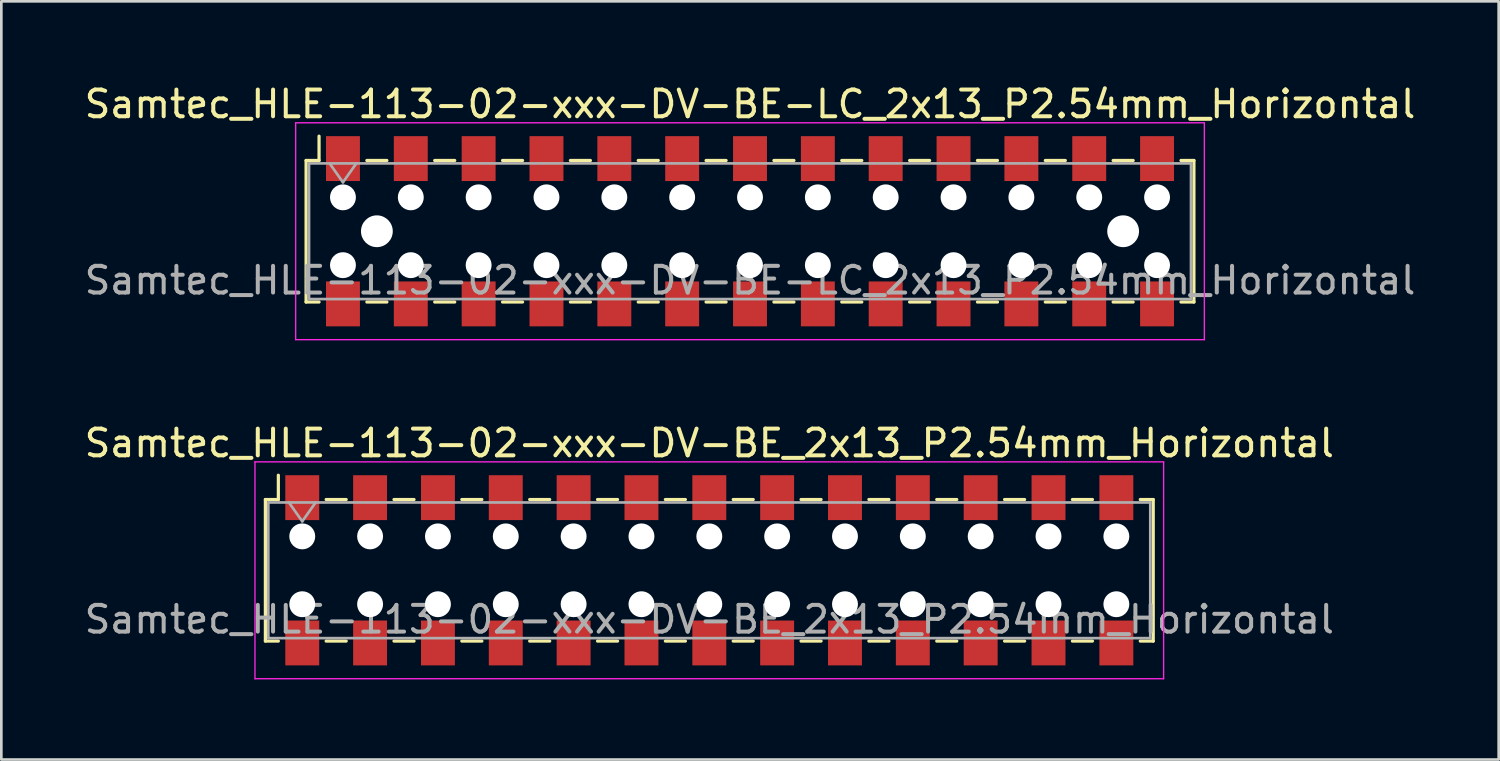
<source format=kicad_pcb>
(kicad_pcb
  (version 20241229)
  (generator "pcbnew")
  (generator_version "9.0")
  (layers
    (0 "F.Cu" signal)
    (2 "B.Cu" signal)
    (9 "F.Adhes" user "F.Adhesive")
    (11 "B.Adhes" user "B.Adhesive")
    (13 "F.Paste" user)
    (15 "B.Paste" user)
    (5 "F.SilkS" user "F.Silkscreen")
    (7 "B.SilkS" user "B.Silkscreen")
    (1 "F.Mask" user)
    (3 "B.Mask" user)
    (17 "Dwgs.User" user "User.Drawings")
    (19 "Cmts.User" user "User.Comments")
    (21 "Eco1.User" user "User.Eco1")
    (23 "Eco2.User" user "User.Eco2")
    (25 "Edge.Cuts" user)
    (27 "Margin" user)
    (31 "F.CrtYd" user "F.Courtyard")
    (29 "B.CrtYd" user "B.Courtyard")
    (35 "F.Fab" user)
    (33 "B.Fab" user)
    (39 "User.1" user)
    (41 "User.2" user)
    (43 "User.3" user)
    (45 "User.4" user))
  (footprint "Samtec_HLE-113-02-xxx-DV-BE-LC_2x13_P2.54mm_Horizontal"
    (layer "F.Cu")
    (at 25.03 5.608)
    (property "Reference" "Samtec_HLE-113-02-xxx-DV-BE-LC_2x13_P2.54mm_Horizontal" (at 0 -4.76 0) (layer "F.SilkS") (effects (font (size 1 1) (thickness 0.15))))
    (attr smd)
    (fp_line (start -16.62 -2.65) (end -16.62 2.65) (stroke (width 0.12) (type solid)) (layer "F.SilkS"))
    (fp_line (start -16.62 2.65) (end -16.135 2.65) (stroke (width 0.12) (type solid)) (layer "F.SilkS"))
    (fp_line (start -16.135 -3.56) (end -16.135 -2.65) (stroke (width 0.12) (type solid)) (layer "F.SilkS"))
    (fp_line (start -16.135 -2.65) (end -16.62 -2.65) (stroke (width 0.12) (type solid)) (layer "F.SilkS"))
    (fp_line (start -14.345 -2.65) (end -13.595 -2.65) (stroke (width 0.12) (type solid)) (layer "F.SilkS"))
    (fp_line (start -14.345 2.65) (end -13.595 2.65) (stroke (width 0.12) (type solid)) (layer "F.SilkS"))
    (fp_line (start -11.805 -2.65) (end -11.055 -2.65) (stroke (width 0.12) (type solid)) (layer "F.SilkS"))
    (fp_line (start -11.805 2.65) (end -11.055 2.65) (stroke (width 0.12) (type solid)) (layer "F.SilkS"))
    (fp_line (start -9.265 -2.65) (end -8.515 -2.65) (stroke (width 0.12) (type solid)) (layer "F.SilkS"))
    (fp_line (start -9.265 2.65) (end -8.515 2.65) (stroke (width 0.12) (type solid)) (layer "F.SilkS"))
    (fp_line (start -6.725 -2.65) (end -5.975 -2.65) (stroke (width 0.12) (type solid)) (layer "F.SilkS"))
    (fp_line (start -6.725 2.65) (end -5.975 2.65) (stroke (width 0.12) (type solid)) (layer "F.SilkS"))
    (fp_line (start -4.185 -2.65) (end -3.435 -2.65) (stroke (width 0.12) (type solid)) (layer "F.SilkS"))
    (fp_line (start -4.185 2.65) (end -3.435 2.65) (stroke (width 0.12) (type solid)) (layer "F.SilkS"))
    (fp_line (start -1.645 -2.65) (end -0.895 -2.65) (stroke (width 0.12) (type solid)) (layer "F.SilkS"))
    (fp_line (start -1.645 2.65) (end -0.895 2.65) (stroke (width 0.12) (type solid)) (layer "F.SilkS"))
    (fp_line (start 0.895 -2.65) (end 1.645 -2.65) (stroke (width 0.12) (type solid)) (layer "F.SilkS"))
    (fp_line (start 0.895 2.65) (end 1.645 2.65) (stroke (width 0.12) (type solid)) (layer "F.SilkS"))
    (fp_line (start 3.435 -2.65) (end 4.185 -2.65) (stroke (width 0.12) (type solid)) (layer "F.SilkS"))
    (fp_line (start 3.435 2.65) (end 4.185 2.65) (stroke (width 0.12) (type solid)) (layer "F.SilkS"))
    (fp_line (start 5.975 -2.65) (end 6.725 -2.65) (stroke (width 0.12) (type solid)) (layer "F.SilkS"))
    (fp_line (start 5.975 2.65) (end 6.725 2.65) (stroke (width 0.12) (type solid)) (layer "F.SilkS"))
    (fp_line (start 8.515 -2.65) (end 9.265 -2.65) (stroke (width 0.12) (type solid)) (layer "F.SilkS"))
    (fp_line (start 8.515 2.65) (end 9.265 2.65) (stroke (width 0.12) (type solid)) (layer "F.SilkS"))
    (fp_line (start 11.055 -2.65) (end 11.805 -2.65) (stroke (width 0.12) (type solid)) (layer "F.SilkS"))
    (fp_line (start 11.055 2.65) (end 11.805 2.65) (stroke (width 0.12) (type solid)) (layer "F.SilkS"))
    (fp_line (start 13.595 -2.65) (end 14.345 -2.65) (stroke (width 0.12) (type solid)) (layer "F.SilkS"))
    (fp_line (start 13.595 2.65) (end 14.345 2.65) (stroke (width 0.12) (type solid)) (layer "F.SilkS"))
    (fp_line (start 16.135 -2.65) (end 16.62 -2.65) (stroke (width 0.12) (type solid)) (layer "F.SilkS"))
    (fp_line (start 16.62 -2.65) (end 16.62 2.65) (stroke (width 0.12) (type solid)) (layer "F.SilkS"))
    (fp_line (start 16.62 2.65) (end 16.135 2.65) (stroke (width 0.12) (type solid)) (layer "F.SilkS"))
    (fp_line (start -17.01 -4.06) (end 17.01 -4.06) (stroke (width 0.05) (type solid)) (layer "F.CrtYd"))
    (fp_line (start -17.01 4.06) (end -17.01 -4.06) (stroke (width 0.05) (type solid)) (layer "F.CrtYd"))
    (fp_line (start 17.01 -4.06) (end 17.01 4.06) (stroke (width 0.05) (type solid)) (layer "F.CrtYd"))
    (fp_line (start 17.01 4.06) (end -17.01 4.06) (stroke (width 0.05) (type solid)) (layer "F.CrtYd"))
    (fp_line (start -16.51 -2.54) (end 16.51 -2.54) (stroke (width 0.1) (type solid)) (layer "F.Fab"))
    (fp_line (start -16.51 2.54) (end -16.51 -2.54) (stroke (width 0.1) (type solid)) (layer "F.Fab"))
    (fp_line (start -15.74 -2.54) (end -15.24 -1.833) (stroke (width 0.1) (type solid)) (layer "F.Fab"))
    (fp_line (start -15.24 -1.833) (end -14.74 -2.54) (stroke (width 0.1) (type solid)) (layer "F.Fab"))
    (fp_line (start 16.51 -2.54) (end 16.51 2.54) (stroke (width 0.1) (type solid)) (layer "F.Fab"))
    (fp_line (start 16.51 2.54) (end -16.51 2.54) (stroke (width 0.1) (type solid)) (layer "F.Fab"))
    (fp_text user "${REFERENCE}" (at 0 1.84 0) (layer "F.Fab") (effects (font (size 1 1) (thickness 0.15))))
    (pad "" np_thru_hole circle (at -15.24 -1.27) (size 0.97 0.97) (drill 0.97) (layers "*.Cu" "*.Mask"))
    (pad "" np_thru_hole circle (at -15.24 1.27) (size 0.97 0.97) (drill 0.97) (layers "*.Cu" "*.Mask"))
    (pad "" np_thru_hole circle (at -13.97 0) (size 1.19 1.19) (drill 1.19) (layers "*.Cu" "*.Mask"))
    (pad "" np_thru_hole circle (at -12.7 -1.27) (size 0.97 0.97) (drill 0.97) (layers "*.Cu" "*.Mask"))
    (pad "" np_thru_hole circle (at -12.7 1.27) (size 0.97 0.97) (drill 0.97) (layers "*.Cu" "*.Mask"))
    (pad "" np_thru_hole circle (at -10.16 -1.27) (size 0.97 0.97) (drill 0.97) (layers "*.Cu" "*.Mask"))
    (pad "" np_thru_hole circle (at -10.16 1.27) (size 0.97 0.97) (drill 0.97) (layers "*.Cu" "*.Mask"))
    (pad "" np_thru_hole circle (at -7.62 -1.27) (size 0.97 0.97) (drill 0.97) (layers "*.Cu" "*.Mask"))
    (pad "" np_thru_hole circle (at -7.62 1.27) (size 0.97 0.97) (drill 0.97) (layers "*.Cu" "*.Mask"))
    (pad "" np_thru_hole circle (at -5.08 -1.27) (size 0.97 0.97) (drill 0.97) (layers "*.Cu" "*.Mask"))
    (pad "" np_thru_hole circle (at -5.08 1.27) (size 0.97 0.97) (drill 0.97) (layers "*.Cu" "*.Mask"))
    (pad "" np_thru_hole circle (at -2.54 -1.27) (size 0.97 0.97) (drill 0.97) (layers "*.Cu" "*.Mask"))
    (pad "" np_thru_hole circle (at -2.54 1.27) (size 0.97 0.97) (drill 0.97) (layers "*.Cu" "*.Mask"))
    (pad "" np_thru_hole circle (at 0 -1.27) (size 0.97 0.97) (drill 0.97) (layers "*.Cu" "*.Mask"))
    (pad "" np_thru_hole circle (at 0 1.27) (size 0.97 0.97) (drill 0.97) (layers "*.Cu" "*.Mask"))
    (pad "" np_thru_hole circle (at 2.54 -1.27) (size 0.97 0.97) (drill 0.97) (layers "*.Cu" "*.Mask"))
    (pad "" np_thru_hole circle (at 2.54 1.27) (size 0.97 0.97) (drill 0.97) (layers "*.Cu" "*.Mask"))
    (pad "" np_thru_hole circle (at 5.08 -1.27) (size 0.97 0.97) (drill 0.97) (layers "*.Cu" "*.Mask"))
    (pad "" np_thru_hole circle (at 5.08 1.27) (size 0.97 0.97) (drill 0.97) (layers "*.Cu" "*.Mask"))
    (pad "" np_thru_hole circle (at 7.62 -1.27) (size 0.97 0.97) (drill 0.97) (layers "*.Cu" "*.Mask"))
    (pad "" np_thru_hole circle (at 7.62 1.27) (size 0.97 0.97) (drill 0.97) (layers "*.Cu" "*.Mask"))
    (pad "" np_thru_hole circle (at 10.16 -1.27) (size 0.97 0.97) (drill 0.97) (layers "*.Cu" "*.Mask"))
    (pad "" np_thru_hole circle (at 10.16 1.27) (size 0.97 0.97) (drill 0.97) (layers "*.Cu" "*.Mask"))
    (pad "" np_thru_hole circle (at 12.7 -1.27) (size 0.97 0.97) (drill 0.97) (layers "*.Cu" "*.Mask"))
    (pad "" np_thru_hole circle (at 12.7 1.27) (size 0.97 0.97) (drill 0.97) (layers "*.Cu" "*.Mask"))
    (pad "" np_thru_hole circle (at 13.97 0) (size 1.19 1.19) (drill 1.19) (layers "*.Cu" "*.Mask"))
    (pad "" np_thru_hole circle (at 15.24 -1.27) (size 0.97 0.97) (drill 0.97) (layers "*.Cu" "*.Mask"))
    (pad "" np_thru_hole circle (at 15.24 1.27) (size 0.97 0.97) (drill 0.97) (layers "*.Cu" "*.Mask"))
    (pad "1" smd rect (at -15.24 -2.72) (size 1.27 1.68) (layers "F.Cu" "F.Mask" "F.Paste"))
    (pad "2" smd rect (at -15.24 2.72) (size 1.27 1.68) (layers "F.Cu" "F.Mask" "F.Paste"))
    (pad "3" smd rect (at -12.7 -2.72) (size 1.27 1.68) (layers "F.Cu" "F.Mask" "F.Paste"))
    (pad "4" smd rect (at -12.7 2.72) (size 1.27 1.68) (layers "F.Cu" "F.Mask" "F.Paste"))
    (pad "5" smd rect (at -10.16 -2.72) (size 1.27 1.68) (layers "F.Cu" "F.Mask" "F.Paste"))
    (pad "6" smd rect (at -10.16 2.72) (size 1.27 1.68) (layers "F.Cu" "F.Mask" "F.Paste"))
    (pad "7" smd rect (at -7.62 -2.72) (size 1.27 1.68) (layers "F.Cu" "F.Mask" "F.Paste"))
    (pad "8" smd rect (at -7.62 2.72) (size 1.27 1.68) (layers "F.Cu" "F.Mask" "F.Paste"))
    (pad "9" smd rect (at -5.08 -2.72) (size 1.27 1.68) (layers "F.Cu" "F.Mask" "F.Paste"))
    (pad "10" smd rect (at -5.08 2.72) (size 1.27 1.68) (layers "F.Cu" "F.Mask" "F.Paste"))
    (pad "11" smd rect (at -2.54 -2.72) (size 1.27 1.68) (layers "F.Cu" "F.Mask" "F.Paste"))
    (pad "12" smd rect (at -2.54 2.72) (size 1.27 1.68) (layers "F.Cu" "F.Mask" "F.Paste"))
    (pad "13" smd rect (at 0 -2.72) (size 1.27 1.68) (layers "F.Cu" "F.Mask" "F.Paste"))
    (pad "14" smd rect (at 0 2.72) (size 1.27 1.68) (layers "F.Cu" "F.Mask" "F.Paste"))
    (pad "15" smd rect (at 2.54 -2.72) (size 1.27 1.68) (layers "F.Cu" "F.Mask" "F.Paste"))
    (pad "16" smd rect (at 2.54 2.72) (size 1.27 1.68) (layers "F.Cu" "F.Mask" "F.Paste"))
    (pad "17" smd rect (at 5.08 -2.72) (size 1.27 1.68) (layers "F.Cu" "F.Mask" "F.Paste"))
    (pad "18" smd rect (at 5.08 2.72) (size 1.27 1.68) (layers "F.Cu" "F.Mask" "F.Paste"))
    (pad "19" smd rect (at 7.62 -2.72) (size 1.27 1.68) (layers "F.Cu" "F.Mask" "F.Paste"))
    (pad "20" smd rect (at 7.62 2.72) (size 1.27 1.68) (layers "F.Cu" "F.Mask" "F.Paste"))
    (pad "21" smd rect (at 10.16 -2.72) (size 1.27 1.68) (layers "F.Cu" "F.Mask" "F.Paste"))
    (pad "22" smd rect (at 10.16 2.72) (size 1.27 1.68) (layers "F.Cu" "F.Mask" "F.Paste"))
    (pad "23" smd rect (at 12.7 -2.72) (size 1.27 1.68) (layers "F.Cu" "F.Mask" "F.Paste"))
    (pad "24" smd rect (at 12.7 2.72) (size 1.27 1.68) (layers "F.Cu" "F.Mask" "F.Paste"))
    (pad "25" smd rect (at 15.24 -2.72) (size 1.27 1.68) (layers "F.Cu" "F.Mask" "F.Paste"))
    (pad "26" smd rect (at 15.24 2.72) (size 1.27 1.68) (layers "F.Cu" "F.Mask" "F.Paste")))
  (footprint "Samtec_HLE-113-02-xxx-DV-BE_2x13_P2.54mm_Horizontal"
    (layer "F.Cu")
    (at 23.506 18.302)
    (property "Reference" "Samtec_HLE-113-02-xxx-DV-BE_2x13_P2.54mm_Horizontal" (at 0 -4.76 0) (layer "F.SilkS") (effects (font (size 1 1) (thickness 0.15))))
    (attr smd)
    (fp_line (start -16.62 -2.65) (end -16.62 2.65) (stroke (width 0.12) (type solid)) (layer "F.SilkS"))
    (fp_line (start -16.62 2.65) (end -16.135 2.65) (stroke (width 0.12) (type solid)) (layer "F.SilkS"))
    (fp_line (start -16.135 -3.56) (end -16.135 -2.65) (stroke (width 0.12) (type solid)) (layer "F.SilkS"))
    (fp_line (start -16.135 -2.65) (end -16.62 -2.65) (stroke (width 0.12) (type solid)) (layer "F.SilkS"))
    (fp_line (start -14.345 -2.65) (end -13.595 -2.65) (stroke (width 0.12) (type solid)) (layer "F.SilkS"))
    (fp_line (start -14.345 2.65) (end -13.595 2.65) (stroke (width 0.12) (type solid)) (layer "F.SilkS"))
    (fp_line (start -11.805 -2.65) (end -11.055 -2.65) (stroke (width 0.12) (type solid)) (layer "F.SilkS"))
    (fp_line (start -11.805 2.65) (end -11.055 2.65) (stroke (width 0.12) (type solid)) (layer "F.SilkS"))
    (fp_line (start -9.265 -2.65) (end -8.515 -2.65) (stroke (width 0.12) (type solid)) (layer "F.SilkS"))
    (fp_line (start -9.265 2.65) (end -8.515 2.65) (stroke (width 0.12) (type solid)) (layer "F.SilkS"))
    (fp_line (start -6.725 -2.65) (end -5.975 -2.65) (stroke (width 0.12) (type solid)) (layer "F.SilkS"))
    (fp_line (start -6.725 2.65) (end -5.975 2.65) (stroke (width 0.12) (type solid)) (layer "F.SilkS"))
    (fp_line (start -4.185 -2.65) (end -3.435 -2.65) (stroke (width 0.12) (type solid)) (layer "F.SilkS"))
    (fp_line (start -4.185 2.65) (end -3.435 2.65) (stroke (width 0.12) (type solid)) (layer "F.SilkS"))
    (fp_line (start -1.645 -2.65) (end -0.895 -2.65) (stroke (width 0.12) (type solid)) (layer "F.SilkS"))
    (fp_line (start -1.645 2.65) (end -0.895 2.65) (stroke (width 0.12) (type solid)) (layer "F.SilkS"))
    (fp_line (start 0.895 -2.65) (end 1.645 -2.65) (stroke (width 0.12) (type solid)) (layer "F.SilkS"))
    (fp_line (start 0.895 2.65) (end 1.645 2.65) (stroke (width 0.12) (type solid)) (layer "F.SilkS"))
    (fp_line (start 3.435 -2.65) (end 4.185 -2.65) (stroke (width 0.12) (type solid)) (layer "F.SilkS"))
    (fp_line (start 3.435 2.65) (end 4.185 2.65) (stroke (width 0.12) (type solid)) (layer "F.SilkS"))
    (fp_line (start 5.975 -2.65) (end 6.725 -2.65) (stroke (width 0.12) (type solid)) (layer "F.SilkS"))
    (fp_line (start 5.975 2.65) (end 6.725 2.65) (stroke (width 0.12) (type solid)) (layer "F.SilkS"))
    (fp_line (start 8.515 -2.65) (end 9.265 -2.65) (stroke (width 0.12) (type solid)) (layer "F.SilkS"))
    (fp_line (start 8.515 2.65) (end 9.265 2.65) (stroke (width 0.12) (type solid)) (layer "F.SilkS"))
    (fp_line (start 11.055 -2.65) (end 11.805 -2.65) (stroke (width 0.12) (type solid)) (layer "F.SilkS"))
    (fp_line (start 11.055 2.65) (end 11.805 2.65) (stroke (width 0.12) (type solid)) (layer "F.SilkS"))
    (fp_line (start 13.595 -2.65) (end 14.345 -2.65) (stroke (width 0.12) (type solid)) (layer "F.SilkS"))
    (fp_line (start 13.595 2.65) (end 14.345 2.65) (stroke (width 0.12) (type solid)) (layer "F.SilkS"))
    (fp_line (start 16.135 -2.65) (end 16.62 -2.65) (stroke (width 0.12) (type solid)) (layer "F.SilkS"))
    (fp_line (start 16.62 -2.65) (end 16.62 2.65) (stroke (width 0.12) (type solid)) (layer "F.SilkS"))
    (fp_line (start 16.62 2.65) (end 16.135 2.65) (stroke (width 0.12) (type solid)) (layer "F.SilkS"))
    (fp_line (start -17.01 -4.06) (end 17.01 -4.06) (stroke (width 0.05) (type solid)) (layer "F.CrtYd"))
    (fp_line (start -17.01 4.06) (end -17.01 -4.06) (stroke (width 0.05) (type solid)) (layer "F.CrtYd"))
    (fp_line (start 17.01 -4.06) (end 17.01 4.06) (stroke (width 0.05) (type solid)) (layer "F.CrtYd"))
    (fp_line (start 17.01 4.06) (end -17.01 4.06) (stroke (width 0.05) (type solid)) (layer "F.CrtYd"))
    (fp_line (start -16.51 -2.54) (end 16.51 -2.54) (stroke (width 0.1) (type solid)) (layer "F.Fab"))
    (fp_line (start -16.51 2.54) (end -16.51 -2.54) (stroke (width 0.1) (type solid)) (layer "F.Fab"))
    (fp_line (start -15.74 -2.54) (end -15.24 -1.833) (stroke (width 0.1) (type solid)) (layer "F.Fab"))
    (fp_line (start -15.24 -1.833) (end -14.74 -2.54) (stroke (width 0.1) (type solid)) (layer "F.Fab"))
    (fp_line (start 16.51 -2.54) (end 16.51 2.54) (stroke (width 0.1) (type solid)) (layer "F.Fab"))
    (fp_line (start 16.51 2.54) (end -16.51 2.54) (stroke (width 0.1) (type solid)) (layer "F.Fab"))
    (fp_text user "${REFERENCE}" (at 0 1.84 0) (layer "F.Fab") (effects (font (size 1 1) (thickness 0.15))))
    (pad "" np_thru_hole circle (at -15.24 -1.27) (size 0.97 0.97) (drill 0.97) (layers "*.Cu" "*.Mask"))
    (pad "" np_thru_hole circle (at -15.24 1.27) (size 0.97 0.97) (drill 0.97) (layers "*.Cu" "*.Mask"))
    (pad "" np_thru_hole circle (at -12.7 -1.27) (size 0.97 0.97) (drill 0.97) (layers "*.Cu" "*.Mask"))
    (pad "" np_thru_hole circle (at -12.7 1.27) (size 0.97 0.97) (drill 0.97) (layers "*.Cu" "*.Mask"))
    (pad "" np_thru_hole circle (at -10.16 -1.27) (size 0.97 0.97) (drill 0.97) (layers "*.Cu" "*.Mask"))
    (pad "" np_thru_hole circle (at -10.16 1.27) (size 0.97 0.97) (drill 0.97) (layers "*.Cu" "*.Mask"))
    (pad "" np_thru_hole circle (at -7.62 -1.27) (size 0.97 0.97) (drill 0.97) (layers "*.Cu" "*.Mask"))
    (pad "" np_thru_hole circle (at -7.62 1.27) (size 0.97 0.97) (drill 0.97) (layers "*.Cu" "*.Mask"))
    (pad "" np_thru_hole circle (at -5.08 -1.27) (size 0.97 0.97) (drill 0.97) (layers "*.Cu" "*.Mask"))
    (pad "" np_thru_hole circle (at -5.08 1.27) (size 0.97 0.97) (drill 0.97) (layers "*.Cu" "*.Mask"))
    (pad "" np_thru_hole circle (at -2.54 -1.27) (size 0.97 0.97) (drill 0.97) (layers "*.Cu" "*.Mask"))
    (pad "" np_thru_hole circle (at -2.54 1.27) (size 0.97 0.97) (drill 0.97) (layers "*.Cu" "*.Mask"))
    (pad "" np_thru_hole circle (at 0 -1.27) (size 0.97 0.97) (drill 0.97) (layers "*.Cu" "*.Mask"))
    (pad "" np_thru_hole circle (at 0 1.27) (size 0.97 0.97) (drill 0.97) (layers "*.Cu" "*.Mask"))
    (pad "" np_thru_hole circle (at 2.54 -1.27) (size 0.97 0.97) (drill 0.97) (layers "*.Cu" "*.Mask"))
    (pad "" np_thru_hole circle (at 2.54 1.27) (size 0.97 0.97) (drill 0.97) (layers "*.Cu" "*.Mask"))
    (pad "" np_thru_hole circle (at 5.08 -1.27) (size 0.97 0.97) (drill 0.97) (layers "*.Cu" "*.Mask"))
    (pad "" np_thru_hole circle (at 5.08 1.27) (size 0.97 0.97) (drill 0.97) (layers "*.Cu" "*.Mask"))
    (pad "" np_thru_hole circle (at 7.62 -1.27) (size 0.97 0.97) (drill 0.97) (layers "*.Cu" "*.Mask"))
    (pad "" np_thru_hole circle (at 7.62 1.27) (size 0.97 0.97) (drill 0.97) (layers "*.Cu" "*.Mask"))
    (pad "" np_thru_hole circle (at 10.16 -1.27) (size 0.97 0.97) (drill 0.97) (layers "*.Cu" "*.Mask"))
    (pad "" np_thru_hole circle (at 10.16 1.27) (size 0.97 0.97) (drill 0.97) (layers "*.Cu" "*.Mask"))
    (pad "" np_thru_hole circle (at 12.7 -1.27) (size 0.97 0.97) (drill 0.97) (layers "*.Cu" "*.Mask"))
    (pad "" np_thru_hole circle (at 12.7 1.27) (size 0.97 0.97) (drill 0.97) (layers "*.Cu" "*.Mask"))
    (pad "" np_thru_hole circle (at 15.24 -1.27) (size 0.97 0.97) (drill 0.97) (layers "*.Cu" "*.Mask"))
    (pad "" np_thru_hole circle (at 15.24 1.27) (size 0.97 0.97) (drill 0.97) (layers "*.Cu" "*.Mask"))
    (pad "1" smd rect (at -15.24 -2.72) (size 1.27 1.68) (layers "F.Cu" "F.Mask" "F.Paste"))
    (pad "2" smd rect (at -15.24 2.72) (size 1.27 1.68) (layers "F.Cu" "F.Mask" "F.Paste"))
    (pad "3" smd rect (at -12.7 -2.72) (size 1.27 1.68) (layers "F.Cu" "F.Mask" "F.Paste"))
    (pad "4" smd rect (at -12.7 2.72) (size 1.27 1.68) (layers "F.Cu" "F.Mask" "F.Paste"))
    (pad "5" smd rect (at -10.16 -2.72) (size 1.27 1.68) (layers "F.Cu" "F.Mask" "F.Paste"))
    (pad "6" smd rect (at -10.16 2.72) (size 1.27 1.68) (layers "F.Cu" "F.Mask" "F.Paste"))
    (pad "7" smd rect (at -7.62 -2.72) (size 1.27 1.68) (layers "F.Cu" "F.Mask" "F.Paste"))
    (pad "8" smd rect (at -7.62 2.72) (size 1.27 1.68) (layers "F.Cu" "F.Mask" "F.Paste"))
    (pad "9" smd rect (at -5.08 -2.72) (size 1.27 1.68) (layers "F.Cu" "F.Mask" "F.Paste"))
    (pad "10" smd rect (at -5.08 2.72) (size 1.27 1.68) (layers "F.Cu" "F.Mask" "F.Paste"))
    (pad "11" smd rect (at -2.54 -2.72) (size 1.27 1.68) (layers "F.Cu" "F.Mask" "F.Paste"))
    (pad "12" smd rect (at -2.54 2.72) (size 1.27 1.68) (layers "F.Cu" "F.Mask" "F.Paste"))
    (pad "13" smd rect (at 0 -2.72) (size 1.27 1.68) (layers "F.Cu" "F.Mask" "F.Paste"))
    (pad "14" smd rect (at 0 2.72) (size 1.27 1.68) (layers "F.Cu" "F.Mask" "F.Paste"))
    (pad "15" smd rect (at 2.54 -2.72) (size 1.27 1.68) (layers "F.Cu" "F.Mask" "F.Paste"))
    (pad "16" smd rect (at 2.54 2.72) (size 1.27 1.68) (layers "F.Cu" "F.Mask" "F.Paste"))
    (pad "17" smd rect (at 5.08 -2.72) (size 1.27 1.68) (layers "F.Cu" "F.Mask" "F.Paste"))
    (pad "18" smd rect (at 5.08 2.72) (size 1.27 1.68) (layers "F.Cu" "F.Mask" "F.Paste"))
    (pad "19" smd rect (at 7.62 -2.72) (size 1.27 1.68) (layers "F.Cu" "F.Mask" "F.Paste"))
    (pad "20" smd rect (at 7.62 2.72) (size 1.27 1.68) (layers "F.Cu" "F.Mask" "F.Paste"))
    (pad "21" smd rect (at 10.16 -2.72) (size 1.27 1.68) (layers "F.Cu" "F.Mask" "F.Paste"))
    (pad "22" smd rect (at 10.16 2.72) (size 1.27 1.68) (layers "F.Cu" "F.Mask" "F.Paste"))
    (pad "23" smd rect (at 12.7 -2.72) (size 1.27 1.68) (layers "F.Cu" "F.Mask" "F.Paste"))
    (pad "24" smd rect (at 12.7 2.72) (size 1.27 1.68) (layers "F.Cu" "F.Mask" "F.Paste"))
    (pad "25" smd rect (at 15.24 -2.72) (size 1.27 1.68) (layers "F.Cu" "F.Mask" "F.Paste"))
    (pad "26" smd rect (at 15.24 2.72) (size 1.27 1.68) (layers "F.Cu" "F.Mask" "F.Paste")))
  (gr_rect
    (start -3 -3)
    (end 53.06 25.387)
    (stroke (width 0.1) (type default))
    (fill no)
    (layer "Edge.Cuts")))
</source>
